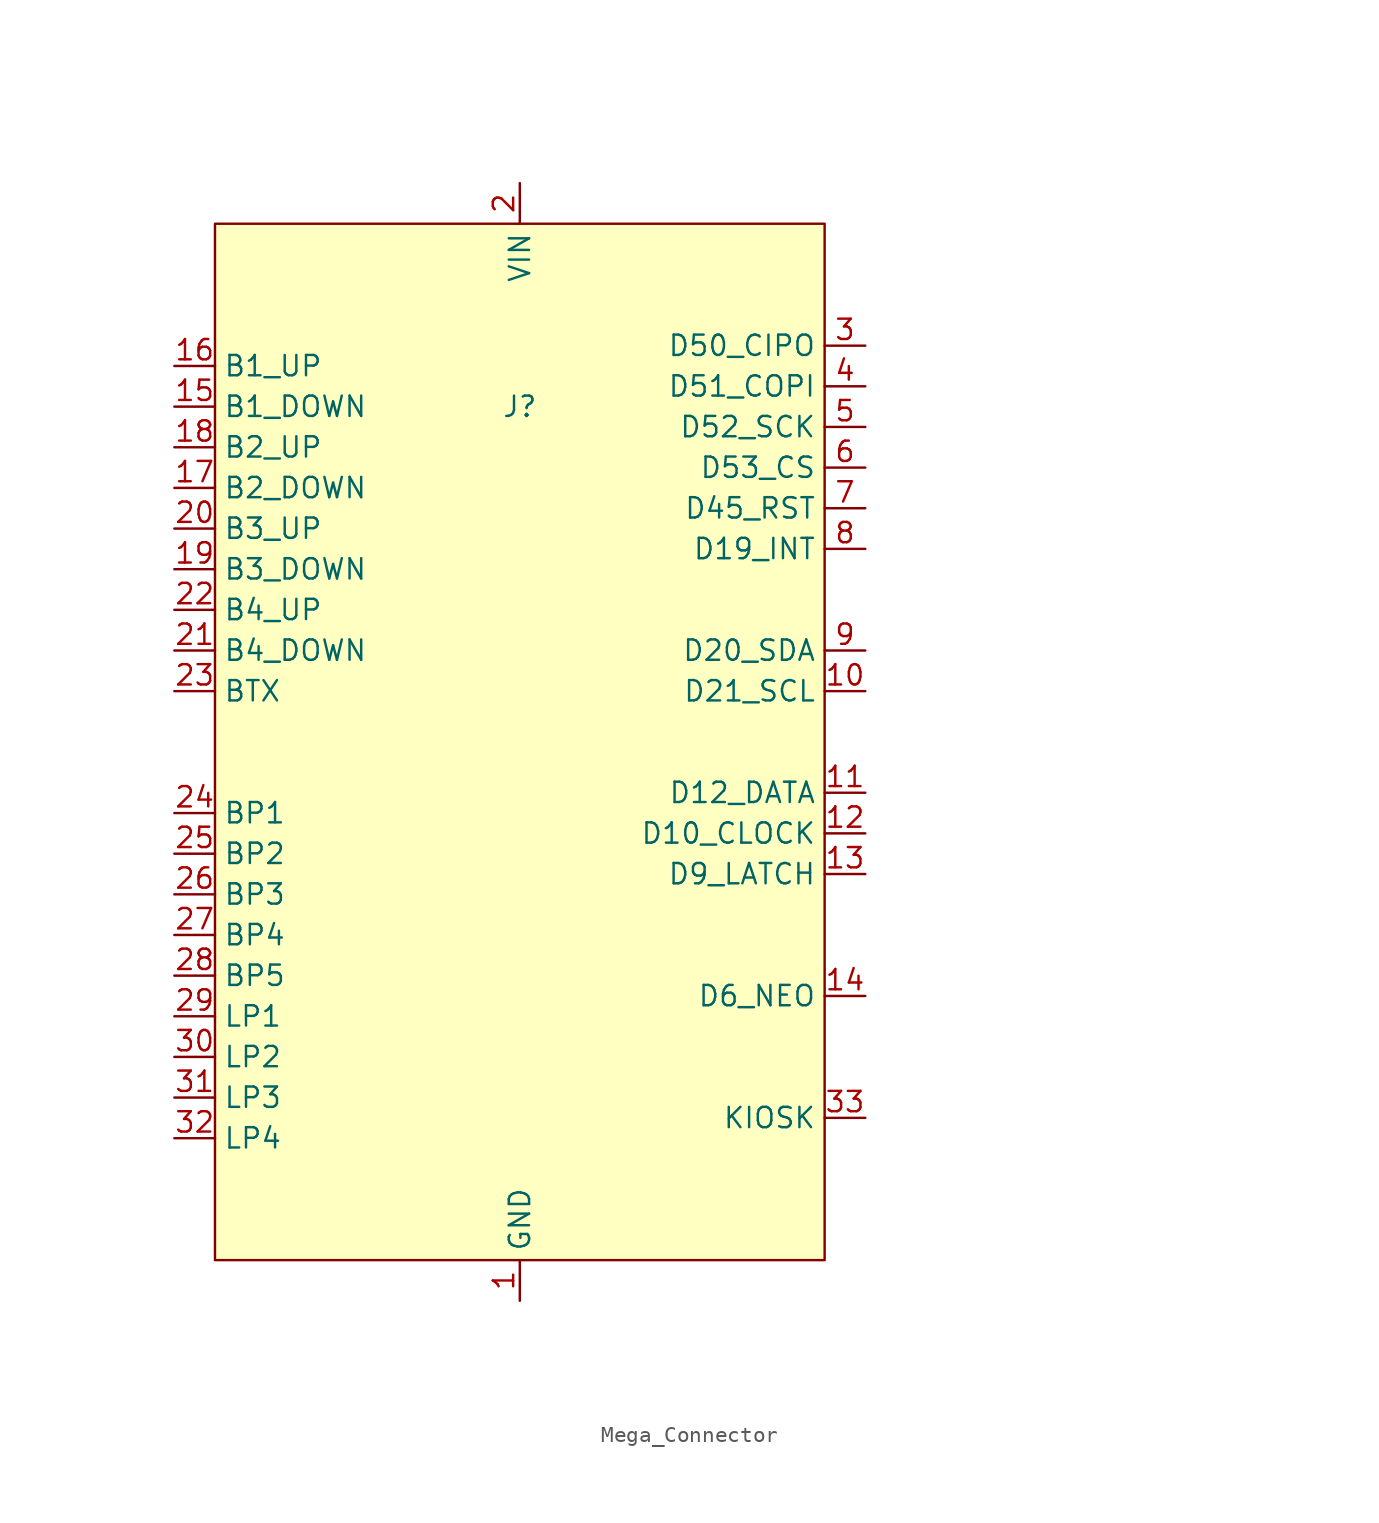
<source format=kicad_sym>
(kicad_symbol_lib
  (version 20220914)
  (generator kicad_symbol_editor)
  (symbol "Mega_Connector"
    (property "Reference" "J"
      (at 0 0 0)
      (effects (font (size 1.27 1.27))))
    (property "Value" ""
      (at 0 0 0)
      (effects (font (size 1.27 1.27))))
    (symbol "Mega_Connector_1_1"
      (rectangle (start -19.05 11.43) (end 19.05 -53.34) (stroke (width 0) (type default)) (fill (type background)))
      (pin input line (at 0 -55.88 90) (length 2.54) (name "GND" (effects (font (size 1.27 1.27)))) (number "1" (effects (font (size 1.27 1.27)))))
      (pin input line (at 21.59 -17.78 180) (length 2.54) (name "D21_SCL" (effects (font (size 1.27 1.27)))) (number "10" (effects (font (size 1.27 1.27)))))
      (pin input line (at 21.59 -24.13 180) (length 2.54) (name "D12_DATA" (effects (font (size 1.27 1.27)))) (number "11" (effects (font (size 1.27 1.27)))))
      (pin input line (at 21.59 -26.67 180) (length 2.54) (name "D10_CLOCK" (effects (font (size 1.27 1.27)))) (number "12" (effects (font (size 1.27 1.27)))))
      (pin input line (at 21.59 -29.21 180) (length 2.54) (name "D9_LATCH" (effects (font (size 1.27 1.27)))) (number "13" (effects (font (size 1.27 1.27)))))
      (pin input line (at 21.59 -36.83 180) (length 2.54) (name "D6_NEO" (effects (font (size 1.27 1.27)))) (number "14" (effects (font (size 1.27 1.27)))))
      (pin input line (at -21.59 0 0) (length 2.54) (name "B1_DOWN" (effects (font (size 1.27 1.27)))) (number "15" (effects (font (size 1.27 1.27)))))
      (pin input line (at -21.59 2.54 0) (length 2.54) (name "B1_UP" (effects (font (size 1.27 1.27)))) (number "16" (effects (font (size 1.27 1.27)))))
      (pin input line (at -21.59 -5.08 0) (length 2.54) (name "B2_DOWN" (effects (font (size 1.27 1.27)))) (number "17" (effects (font (size 1.27 1.27)))))
      (pin input line (at -21.59 -2.54 0) (length 2.54) (name "B2_UP" (effects (font (size 1.27 1.27)))) (number "18" (effects (font (size 1.27 1.27)))))
      (pin input line (at -21.59 -10.16 0) (length 2.54) (name "B3_DOWN" (effects (font (size 1.27 1.27)))) (number "19" (effects (font (size 1.27 1.27)))))
      (pin input line (at 0 13.97 270) (length 2.54) (name "VIN" (effects (font (size 1.27 1.27)))) (number "2" (effects (font (size 1.27 1.27)))))
      (pin input line (at -21.59 -7.62 0) (length 2.54) (name "B3_UP" (effects (font (size 1.27 1.27)))) (number "20" (effects (font (size 1.27 1.27)))))
      (pin input line (at -21.59 -15.24 0) (length 2.54) (name "B4_DOWN" (effects (font (size 1.27 1.27)))) (number "21" (effects (font (size 1.27 1.27)))))
      (pin input line (at -21.59 -12.7 0) (length 2.54) (name "B4_UP" (effects (font (size 1.27 1.27)))) (number "22" (effects (font (size 1.27 1.27)))))
      (pin input line (at -21.59 -17.78 0) (length 2.54) (name "BTX" (effects (font (size 1.27 1.27)))) (number "23" (effects (font (size 1.27 1.27)))))
      (pin input line (at -21.59 -25.4 0) (length 2.54) (name "BP1" (effects (font (size 1.27 1.27)))) (number "24" (effects (font (size 1.27 1.27)))))
      (pin input line (at -21.59 -27.94 0) (length 2.54) (name "BP2" (effects (font (size 1.27 1.27)))) (number "25" (effects (font (size 1.27 1.27)))))
      (pin input line (at -21.59 -30.48 0) (length 2.54) (name "BP3" (effects (font (size 1.27 1.27)))) (number "26" (effects (font (size 1.27 1.27)))))
      (pin input line (at -21.59 -33.02 0) (length 2.54) (name "BP4" (effects (font (size 1.27 1.27)))) (number "27" (effects (font (size 1.27 1.27)))))
      (pin input line (at -21.59 -35.56 0) (length 2.54) (name "BP5" (effects (font (size 1.27 1.27)))) (number "28" (effects (font (size 1.27 1.27)))))
      (pin input line (at -21.59 -38.1 0) (length 2.54) (name "LP1" (effects (font (size 1.27 1.27)))) (number "29" (effects (font (size 1.27 1.27)))))
      (pin input line (at 21.59 3.81 180) (length 2.54) (name "D50_CIPO" (effects (font (size 1.27 1.27)))) (number "3" (effects (font (size 1.27 1.27)))))
      (pin input line (at -21.59 -40.64 0) (length 2.54) (name "LP2" (effects (font (size 1.27 1.27)))) (number "30" (effects (font (size 1.27 1.27)))))
      (pin input line (at -21.59 -43.18 0) (length 2.54) (name "LP3" (effects (font (size 1.27 1.27)))) (number "31" (effects (font (size 1.27 1.27)))))
      (pin input line (at -21.59 -45.72 0) (length 2.54) (name "LP4" (effects (font (size 1.27 1.27)))) (number "32" (effects (font (size 1.27 1.27)))))
      (pin input line (at 21.59 -44.45 180) (length 2.54) (name "KIOSK" (effects (font (size 1.27 1.27)))) (number "33" (effects (font (size 1.27 1.27)))))
      (pin no_connect line (at 43.18 -15.24 180) (length 2.54) hide (name "NC" (effects (font (size 1.27 1.27)))) (number "34" (effects (font (size 1.27 1.27)))))
      (pin no_connect line (at 43.18 -17.78 180) (length 2.54) hide (name "NC" (effects (font (size 1.27 1.27)))) (number "35" (effects (font (size 1.27 1.27)))))
      (pin no_connect line (at 43.18 -20.32 180) (length 2.54) hide (name "NC" (effects (font (size 1.27 1.27)))) (number "36" (effects (font (size 1.27 1.27)))))
      (pin no_connect line (at 43.18 -22.86 180) (length 2.54) hide (name "NC" (effects (font (size 1.27 1.27)))) (number "37" (effects (font (size 1.27 1.27)))))
      (pin no_connect line (at 43.18 -25.4 180) (length 2.54) hide (name "NC" (effects (font (size 1.27 1.27)))) (number "38" (effects (font (size 1.27 1.27)))))
      (pin no_connect line (at 43.18 -27.94 180) (length 2.54) hide (name "NC" (effects (font (size 1.27 1.27)))) (number "39" (effects (font (size 1.27 1.27)))))
      (pin input line (at 21.59 1.27 180) (length 2.54) (name "D51_COPI" (effects (font (size 1.27 1.27)))) (number "4" (effects (font (size 1.27 1.27)))))
      (pin no_connect line (at 43.18 -30.48 180) (length 2.54) hide (name "NC" (effects (font (size 1.27 1.27)))) (number "40" (effects (font (size 1.27 1.27)))))
      (pin input line (at 21.59 -1.27 180) (length 2.54) (name "D52_SCK" (effects (font (size 1.27 1.27)))) (number "5" (effects (font (size 1.27 1.27)))))
      (pin input line (at 21.59 -3.81 180) (length 2.54) (name "D53_CS" (effects (font (size 1.27 1.27)))) (number "6" (effects (font (size 1.27 1.27)))))
      (pin input line (at 21.59 -6.35 180) (length 2.54) (name "D45_RST" (effects (font (size 1.27 1.27)))) (number "7" (effects (font (size 1.27 1.27)))))
      (pin input line (at 21.59 -8.89 180) (length 2.54) (name "D19_INT" (effects (font (size 1.27 1.27)))) (number "8" (effects (font (size 1.27 1.27)))))
      (pin input line (at 21.59 -15.24 180) (length 2.54) (name "D20_SDA" (effects (font (size 1.27 1.27)))) (number "9" (effects (font (size 1.27 1.27))))))))
</source>
